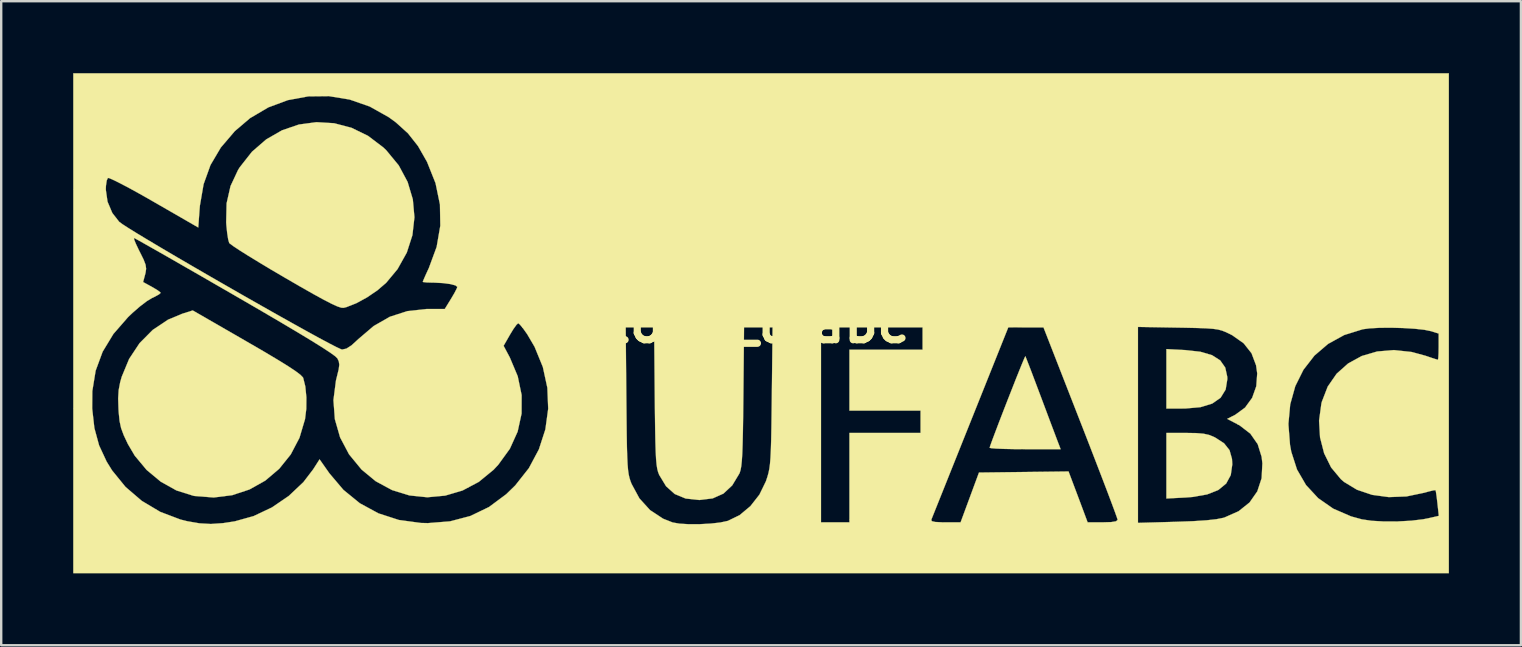
<source format=kicad_pcb>
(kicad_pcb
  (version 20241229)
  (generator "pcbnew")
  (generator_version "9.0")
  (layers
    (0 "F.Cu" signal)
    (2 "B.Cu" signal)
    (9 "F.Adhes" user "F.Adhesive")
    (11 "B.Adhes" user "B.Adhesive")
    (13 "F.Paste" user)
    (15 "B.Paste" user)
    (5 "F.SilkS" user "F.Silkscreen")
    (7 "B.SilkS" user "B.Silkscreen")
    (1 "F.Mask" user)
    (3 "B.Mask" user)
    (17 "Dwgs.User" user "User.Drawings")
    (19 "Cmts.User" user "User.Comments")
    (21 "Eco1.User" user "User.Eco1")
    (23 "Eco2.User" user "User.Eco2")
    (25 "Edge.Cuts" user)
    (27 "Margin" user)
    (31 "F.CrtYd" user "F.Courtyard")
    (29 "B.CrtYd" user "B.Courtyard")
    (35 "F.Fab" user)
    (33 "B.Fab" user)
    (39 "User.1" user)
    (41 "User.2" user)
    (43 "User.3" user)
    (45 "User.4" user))
  (footprint "logo_ufabc"
    (layer "F.Cu")
    (at 28.622 10.419)
    (property "Reference" "logo_ufabc" (at 0 0 0) (layer "F.SilkS") (effects (font (size 1.524 1.524) (thickness 0.3))))
    (attr through_hole)
    (fp_poly (pts (xy 17.719 1.119) (xy 18.351 1.189) (xy 18.834 1.331) (xy 19.176 1.549) (xy 19.386 1.849) (xy 19.47 2.236) (xy 19.473 2.328) (xy 19.403 2.763) (xy 19.194 3.103) (xy 18.844 3.348) (xy 18.355 3.498) (xy 17.725 3.554) (xy 17.674 3.554) (xy 16.933 3.556) (xy 16.933 1.078) (xy 17.719 1.119)) (stroke (width 0.01) (type solid)) (fill yes) (layer "F.SilkS"))
    (fp_poly (pts (xy 18.181 4.579) (xy 18.481 4.604) (xy 18.711 4.655) (xy 18.921 4.741) (xy 18.964 4.763) (xy 19.337 5.004) (xy 19.564 5.29) (xy 19.667 5.655) (xy 19.679 5.884) (xy 19.616 6.328) (xy 19.424 6.681) (xy 19.097 6.949) (xy 18.63 7.134) (xy 18.018 7.241) (xy 17.731 7.263) (xy 16.933 7.304) (xy 16.933 4.572) (xy 17.762 4.572) (xy 18.181 4.579)) (stroke (width 0.01) (type solid)) (fill yes) (layer "F.SilkS"))
    (fp_poly (pts (xy 11.09 1.457) (xy 11.175 1.675) (xy 11.302 2.004) (xy 11.46 2.422) (xy 11.642 2.905) (xy 11.712 3.09) (xy 11.906 3.607) (xy 12.084 4.083) (xy 12.238 4.49) (xy 12.355 4.801) (xy 12.426 4.989) (xy 12.437 5.016) (xy 12.526 5.249) (xy 11.047 5.249) (xy 10.568 5.246) (xy 10.153 5.237) (xy 9.83 5.224) (xy 9.627 5.207) (xy 9.567 5.19) (xy 9.596 5.095) (xy 9.676 4.873) (xy 9.798 4.549) (xy 9.949 4.15) (xy 10.122 3.702) (xy 10.305 3.231) (xy 10.489 2.763) (xy 10.662 2.323) (xy 10.816 1.939) (xy 10.94 1.635) (xy 11.023 1.439) (xy 11.055 1.375) (xy 11.09 1.457)) (stroke (width 0.01) (type solid)) (fill yes) (layer "F.SilkS"))
    (fp_poly (pts (xy -21.379 0.771) (xy -20.674 1.18) (xy -20.108 1.517) (xy -19.673 1.786) (xy -19.359 1.994) (xy -19.155 2.148) (xy -19.052 2.253) (xy -19.038 2.277) (xy -18.949 2.635) (xy -18.905 3.088) (xy -18.909 3.571) (xy -18.961 3.997) (xy -19.192 4.774) (xy -19.556 5.468) (xy -20.037 6.066) (xy -20.615 6.557) (xy -21.274 6.927) (xy -21.996 7.166) (xy -22.763 7.262) (xy -23.557 7.201) (xy -23.622 7.188) (xy -24.317 6.97) (xy -24.973 6.604) (xy -25.562 6.114) (xy -26.057 5.52) (xy -26.342 5.036) (xy -26.517 4.665) (xy -26.626 4.37) (xy -26.689 4.078) (xy -26.725 3.718) (xy -26.734 3.573) (xy -26.748 3.133) (xy -26.727 2.786) (xy -26.664 2.458) (xy -26.6 2.232) (xy -26.292 1.489) (xy -25.857 0.832) (xy -25.311 0.281) (xy -24.673 -0.146) (xy -24.078 -0.395) (xy -23.641 -0.533) (xy -21.379 0.771)) (stroke (width 0.01) (type solid)) (fill yes) (layer "F.SilkS"))
    (fp_poly (pts (xy -17.75 -8.334) (xy -17.028 -8.145) (xy -16.337 -7.809) (xy -15.697 -7.324) (xy -15.572 -7.203) (xy -15.054 -6.574) (xy -14.686 -5.887) (xy -14.469 -5.161) (xy -14.402 -4.416) (xy -14.486 -3.67) (xy -14.72 -2.944) (xy -15.105 -2.256) (xy -15.578 -1.687) (xy -15.941 -1.373) (xy -16.375 -1.078) (xy -16.825 -0.833) (xy -17.237 -0.671) (xy -17.357 -0.641) (xy -17.454 -0.648) (xy -17.615 -0.701) (xy -17.852 -0.809) (xy -18.18 -0.978) (xy -18.612 -1.215) (xy -19.162 -1.527) (xy -19.804 -1.899) (xy -20.365 -2.228) (xy -20.879 -2.537) (xy -21.329 -2.812) (xy -21.696 -3.043) (xy -21.959 -3.218) (xy -22.102 -3.325) (xy -22.121 -3.346) (xy -22.164 -3.495) (xy -22.206 -3.764) (xy -22.24 -4.1) (xy -22.247 -4.203) (xy -22.229 -4.996) (xy -22.066 -5.715) (xy -21.753 -6.384) (xy -21.68 -6.501) (xy -21.17 -7.148) (xy -20.576 -7.662) (xy -19.918 -8.04) (xy -19.215 -8.28) (xy -18.486 -8.378) (xy -17.75 -8.334)) (stroke (width 0.01) (type solid)) (fill yes) (layer "F.SilkS"))
    (fp_poly (pts (xy 28.702 10.414) (xy -28.617 10.414) (xy -28.617 3.556) (xy -27.831 3.556) (xy -27.739 4.37) (xy -27.543 5.09) (xy -27.228 5.767) (xy -27 6.135) (xy -26.441 6.822) (xy -25.763 7.403) (xy -24.993 7.862) (xy -24.154 8.18) (xy -23.87 8.251) (xy -23.359 8.339) (xy -22.884 8.366) (xy -22.377 8.331) (xy -21.889 8.256) (xy -21.103 8.037) (xy -20.34 7.676) (xy -19.637 7.196) (xy -19.03 6.623) (xy -18.624 6.092) (xy -18.355 5.672) (xy -17.947 6.253) (xy -17.362 6.944) (xy -16.676 7.503) (xy -15.902 7.923) (xy -15.051 8.199) (xy -14.136 8.323) (xy -13.843 8.33) (xy -12.918 8.256) (xy -12.071 8.033) (xy -11.294 7.658) (xy -10.578 7.126) (xy -10.201 6.759) (xy -9.634 6.041) (xy -9.216 5.257) (xy -8.946 4.425) (xy -8.828 3.563) (xy -8.863 2.69) (xy -9.051 1.824) (xy -9.395 0.983) (xy -9.702 0.459) (xy -9.869 0.224) (xy -9.913 0.169) (xy -5.598 0.169) (xy -5.571 3.196) (xy -5.563 3.995) (xy -5.556 4.644) (xy -5.547 5.161) (xy -5.535 5.567) (xy -5.52 5.879) (xy -5.5 6.117) (xy -5.474 6.3) (xy -5.441 6.446) (xy -5.4 6.576) (xy -5.354 6.695) (xy -5.027 7.299) (xy -4.584 7.787) (xy -4.039 8.146) (xy -3.641 8.303) (xy -3.359 8.352) (xy -2.964 8.376) (xy -2.51 8.374) (xy -2.051 8.349) (xy -1.793 8.32) (xy 15.748 8.32) (xy 17.335 8.275) (xy 18.045 8.249) (xy 18.6 8.213) (xy 19.016 8.167) (xy 19.309 8.109) (xy 19.354 8.095) (xy 19.941 7.835) (xy 20.399 7.469) (xy 20.721 7.008) (xy 20.901 6.461) (xy 20.933 5.839) (xy 20.902 5.568) (xy 20.738 5.041) (xy 20.432 4.602) (xy 19.988 4.26) (xy 19.913 4.219) (xy 19.881 4.202) (xy 22.017 4.202) (xy 22.085 5.072) (xy 22.138 5.358) (xy 22.376 6.097) (xy 22.752 6.744) (xy 23.258 7.29) (xy 23.887 7.728) (xy 24.631 8.05) (xy 25.079 8.173) (xy 25.488 8.233) (xy 26.006 8.262) (xy 26.575 8.26) (xy 27.138 8.229) (xy 27.637 8.169) (xy 27.837 8.13) (xy 28.285 8.028) (xy 28.228 7.506) (xy 28.195 7.23) (xy 28.166 7.031) (xy 28.149 6.958) (xy 28.062 6.965) (xy 27.864 7.012) (xy 27.683 7.063) (xy 26.937 7.218) (xy 26.202 7.246) (xy 25.505 7.152) (xy 24.874 6.939) (xy 24.337 6.614) (xy 24.204 6.499) (xy 23.797 6.01) (xy 23.506 5.42) (xy 23.336 4.76) (xy 23.295 4.06) (xy 23.391 3.351) (xy 23.41 3.275) (xy 23.656 2.64) (xy 24.026 2.105) (xy 24.505 1.678) (xy 25.074 1.366) (xy 25.716 1.178) (xy 26.416 1.119) (xy 27.156 1.199) (xy 27.732 1.356) (xy 27.994 1.445) (xy 28.182 1.505) (xy 28.25 1.524) (xy 28.264 1.447) (xy 28.275 1.245) (xy 28.279 0.978) (xy 28.279 0.431) (xy 27.961 0.331) (xy 27.682 0.274) (xy 27.281 0.23) (xy 26.806 0.201) (xy 26.302 0.187) (xy 25.818 0.191) (xy 25.399 0.214) (xy 25.114 0.252) (xy 24.345 0.491) (xy 23.672 0.861) (xy 23.102 1.349) (xy 22.643 1.941) (xy 22.304 2.623) (xy 22.093 3.381) (xy 22.017 4.202) (xy 19.881 4.202) (xy 19.467 3.986) (xy 19.804 3.814) (xy 20.21 3.517) (xy 20.506 3.111) (xy 20.679 2.625) (xy 20.718 2.091) (xy 20.67 1.754) (xy 20.48 1.25) (xy 20.152 0.836) (xy 19.679 0.502) (xy 19.577 0.45) (xy 19.406 0.368) (xy 19.251 0.307) (xy 19.084 0.263) (xy 18.876 0.233) (xy 18.599 0.213) (xy 18.225 0.199) (xy 17.724 0.188) (xy 17.42 0.183) (xy 15.748 0.154) (xy 15.748 8.32) (xy -1.793 8.32) (xy -1.643 8.302) (xy -1.343 8.237) (xy -0.85 7.997) (xy -0.401 7.622) (xy -0.026 7.143) (xy 0.242 6.593) (xy 0.253 6.562) (xy 0.308 6.396) (xy 0.352 6.238) (xy 0.387 6.068) (xy 0.414 5.865) (xy 0.435 5.609) (xy 0.451 5.28) (xy 0.464 4.857) (xy 0.474 4.32) (xy 0.483 3.648) (xy 0.49 3.069) (xy 0.523 0.169) (xy 2.54 0.169) (xy 2.54 8.297) (xy 3.725 8.297) (xy 3.725 8.191) (xy 7.136 8.191) (xy 7.159 8.249) (xy 7.3 8.282) (xy 7.579 8.296) (xy 7.725 8.297) (xy 8.357 8.297) (xy 8.74 7.26) (xy 9.123 6.223) (xy 10.99 6.2) (xy 12.856 6.177) (xy 13.04 6.666) (xy 13.172 7.016) (xy 13.325 7.423) (xy 13.438 7.726) (xy 13.651 8.297) (xy 14.276 8.297) (xy 14.631 8.287) (xy 14.833 8.254) (xy 14.901 8.195) (xy 14.901 8.192) (xy 14.871 8.094) (xy 14.785 7.855) (xy 14.649 7.488) (xy 14.469 7.01) (xy 14.25 6.437) (xy 13.998 5.783) (xy 13.72 5.063) (xy 13.421 4.294) (xy 13.356 4.129) (xy 11.811 0.172) (xy 11.079 0.171) (xy 10.346 0.169) (xy 8.762 4.128) (xy 8.451 4.904) (xy 8.159 5.634) (xy 7.891 6.303) (xy 7.655 6.894) (xy 7.455 7.393) (xy 7.298 7.785) (xy 7.191 8.053) (xy 7.139 8.183) (xy 7.136 8.191) (xy 3.725 8.191) (xy 3.725 4.572) (xy 6.689 4.572) (xy 6.689 3.641) (xy 3.725 3.641) (xy 3.725 1.101) (xy 6.773 1.101) (xy 6.773 0.169) (xy 2.54 0.169) (xy 0.523 0.169) (xy -0.667 0.169) (xy -0.695 3.069) (xy -0.704 3.869) (xy -0.714 4.517) (xy -0.726 5.032) (xy -0.74 5.431) (xy -0.759 5.732) (xy -0.782 5.954) (xy -0.811 6.113) (xy -0.846 6.228) (xy -0.862 6.265) (xy -1.159 6.758) (xy -1.524 7.099) (xy -1.972 7.299) (xy -2.518 7.366) (xy -2.539 7.366) (xy -3.101 7.305) (xy -3.555 7.117) (xy -3.917 6.793) (xy -4.201 6.323) (xy -4.208 6.308) (xy -4.249 6.2) (xy -4.283 6.07) (xy -4.31 5.898) (xy -4.332 5.665) (xy -4.348 5.354) (xy -4.361 4.945) (xy -4.371 4.42) (xy -4.38 3.76) (xy -4.387 3.069) (xy -4.413 0.169) (xy -5.598 0.169) (xy -9.913 0.169) (xy -10.005 0.058) (xy -10.077 0) (xy -10.152 0.068) (xy -10.279 0.245) (xy -10.417 0.471) (xy -10.686 0.941) (xy -10.426 1.43) (xy -10.098 2.209) (xy -9.935 2.992) (xy -9.937 3.765) (xy -10.101 4.516) (xy -10.425 5.231) (xy -10.908 5.897) (xy -11.104 6.107) (xy -11.719 6.611) (xy -12.398 6.971) (xy -13.121 7.184) (xy -13.866 7.253) (xy -14.611 7.176) (xy -15.334 6.953) (xy -16.015 6.585) (xy -16.606 6.097) (xy -17.128 5.462) (xy -17.5 4.757) (xy -17.718 3.999) (xy -17.777 3.203) (xy -17.672 2.387) (xy -17.634 2.232) (xy -17.559 1.926) (xy -17.533 1.728) (xy -17.555 1.585) (xy -17.613 1.464) (xy -17.702 1.377) (xy -17.908 1.228) (xy -18.235 1.013) (xy -18.688 0.731) (xy -19.271 0.378) (xy -19.989 -0.048) (xy -20.845 -0.55) (xy -21.846 -1.13) (xy -21.886 -1.154) (xy -22.653 -1.596) (xy -23.375 -2.013) (xy -24.041 -2.395) (xy -24.635 -2.736) (xy -25.146 -3.027) (xy -25.561 -3.262) (xy -25.864 -3.433) (xy -26.045 -3.532) (xy -26.091 -3.554) (xy -26.081 -3.486) (xy -26.007 -3.304) (xy -25.883 -3.043) (xy -25.841 -2.961) (xy -25.687 -2.65) (xy -25.605 -2.436) (xy -25.583 -2.269) (xy -25.607 -2.1) (xy -25.622 -2.041) (xy -25.709 -1.716) (xy -25.343 -1.516) (xy -25.131 -1.391) (xy -24.999 -1.294) (xy -24.977 -1.263) (xy -25.047 -1.201) (xy -25.224 -1.103) (xy -25.337 -1.05) (xy -25.551 -0.921) (xy -25.837 -0.703) (xy -26.149 -0.432) (xy -26.336 -0.254) (xy -26.947 0.448) (xy -27.395 1.187) (xy -27.686 1.976) (xy -27.825 2.827) (xy -27.831 3.556) (xy -28.617 3.556) (xy -28.617 -5.567) (xy -27.263 -5.567) (xy -27.191 -5.066) (xy -26.992 -4.594) (xy -26.705 -4.226) (xy -26.573 -4.129) (xy -26.313 -3.961) (xy -25.941 -3.731) (xy -25.472 -3.448) (xy -24.922 -3.121) (xy -24.306 -2.758) (xy -23.64 -2.37) (xy -22.94 -1.964) (xy -22.22 -1.55) (xy -21.498 -1.136) (xy -20.787 -0.732) (xy -20.104 -0.346) (xy -19.465 0.012) (xy -18.884 0.335) (xy -18.379 0.612) (xy -17.963 0.834) (xy -17.653 0.994) (xy -17.464 1.082) (xy -17.416 1.097) (xy -17.236 1.058) (xy -17.024 0.922) (xy -16.747 0.669) (xy -16.744 0.665) (xy -16.101 0.117) (xy -15.425 -0.27) (xy -14.698 -0.504) (xy -13.902 -0.592) (xy -13.799 -0.593) (xy -13.138 -0.593) (xy -12.877 -1.017) (xy -12.736 -1.257) (xy -12.641 -1.441) (xy -12.615 -1.514) (xy -12.694 -1.576) (xy -12.903 -1.631) (xy -13.207 -1.672) (xy -13.565 -1.691) (xy -13.652 -1.692) (xy -13.887 -1.699) (xy -14.032 -1.715) (xy -14.055 -1.726) (xy -14.021 -1.813) (xy -13.934 -2.012) (xy -13.81 -2.281) (xy -13.799 -2.305) (xy -13.477 -3.179) (xy -13.324 -4.062) (xy -13.339 -4.949) (xy -13.523 -5.837) (xy -13.876 -6.722) (xy -13.881 -6.731) (xy -14.253 -7.383) (xy -14.672 -7.914) (xy -15.181 -8.373) (xy -15.472 -8.585) (xy -16.265 -9.03) (xy -17.102 -9.321) (xy -17.964 -9.462) (xy -18.829 -9.453) (xy -19.679 -9.296) (xy -20.493 -8.993) (xy -21.252 -8.546) (xy -21.886 -8.006) (xy -22.47 -7.322) (xy -22.901 -6.592) (xy -23.188 -5.793) (xy -23.342 -4.902) (xy -23.356 -4.74) (xy -23.41 -3.989) (xy -25.249 -5.049) (xy -25.755 -5.338) (xy -26.215 -5.592) (xy -26.608 -5.801) (xy -26.913 -5.954) (xy -27.11 -6.041) (xy -27.175 -6.055) (xy -27.225 -5.946) (xy -27.257 -5.727) (xy -27.263 -5.567) (xy -28.617 -5.567) (xy -28.617 -10.414) (xy 28.702 -10.414) (xy 28.702 10.414)) (stroke (width 0.01) (type solid)) (fill yes) (layer "F.SilkS")))
  (gr_rect
    (start -3 -3)
    (end 60.329 23.838)
    (stroke (width 0.1) (type default))
    (fill no)
    (layer "Edge.Cuts")))
</source>
